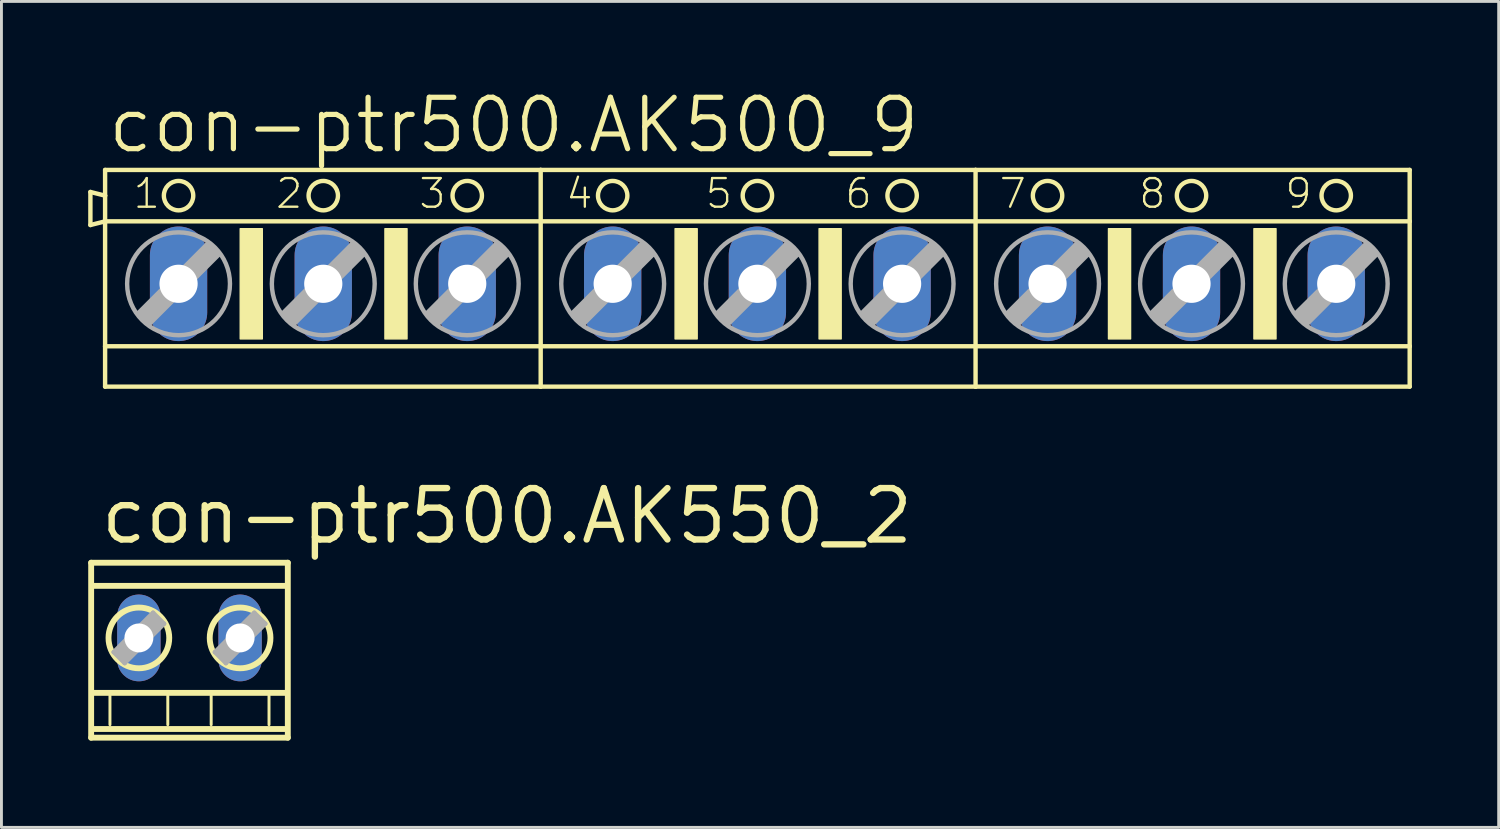
<source format=kicad_pcb>
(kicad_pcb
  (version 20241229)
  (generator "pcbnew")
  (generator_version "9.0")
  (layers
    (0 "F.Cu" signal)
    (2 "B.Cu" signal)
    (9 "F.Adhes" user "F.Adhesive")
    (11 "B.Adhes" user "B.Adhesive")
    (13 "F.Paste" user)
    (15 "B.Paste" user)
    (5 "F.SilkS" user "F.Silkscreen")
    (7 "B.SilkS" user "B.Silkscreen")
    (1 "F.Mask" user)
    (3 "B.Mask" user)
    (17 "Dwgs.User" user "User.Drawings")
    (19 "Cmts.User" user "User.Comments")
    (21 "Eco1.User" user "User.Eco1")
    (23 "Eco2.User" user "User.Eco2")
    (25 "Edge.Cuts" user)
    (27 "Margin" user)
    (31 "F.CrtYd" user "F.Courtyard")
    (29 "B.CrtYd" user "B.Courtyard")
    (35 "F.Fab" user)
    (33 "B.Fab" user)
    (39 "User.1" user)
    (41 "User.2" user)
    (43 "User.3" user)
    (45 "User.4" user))
  (footprint "con-ptr500.AK550_2"
    (layer "F.Cu")
    (at 3.502 19.008)
    (property "Reference" "con-ptr500.AK550_2" (at -3.175 -3.175 0) (layer "F.SilkS") (effects (font (size 1.778 1.778) (thickness 0.22)) (justify left bottom)))
    (attr through_hole)
    (fp_line (start -3.4 -2.6) (end 3.4 -2.6) (stroke (width 0.203) (type default)) (layer "F.SilkS"))
    (fp_line (start -3.4 3.45) (end -3.4 -2.6) (stroke (width 0.203) (type default)) (layer "F.SilkS"))
    (fp_line (start -3.3 3.15) (end 3.3 3.15) (stroke (width 0.203) (type default)) (layer "F.SilkS"))
    (fp_line (start -2.75 2) (end -2.75 3) (stroke (width 0.102) (type default)) (layer "F.SilkS"))
    (fp_line (start -0.75 2) (end -0.75 3) (stroke (width 0.102) (type default)) (layer "F.SilkS"))
    (fp_line (start 0.75 2) (end 0.75 3) (stroke (width 0.102) (type default)) (layer "F.SilkS"))
    (fp_line (start 2.75 2) (end 2.75 3) (stroke (width 0.102) (type default)) (layer "F.SilkS"))
    (fp_line (start 3.3 1.9) (end -3.3 1.9) (stroke (width 0.203) (type default)) (layer "F.SilkS"))
    (fp_line (start 3.35 -1.8) (end -3.3 -1.8) (stroke (width 0.203) (type default)) (layer "F.SilkS"))
    (fp_line (start 3.4 -2.6) (end 3.4 3.45) (stroke (width 0.203) (type default)) (layer "F.SilkS"))
    (fp_line (start 3.4 3.45) (end -3.4 3.45) (stroke (width 0.203) (type default)) (layer "F.SilkS"))
    (fp_circle (center -1.75 0) (end -0.7 0) (stroke (width 0.203) (type default)) (fill no) (layer "F.SilkS"))
    (fp_circle (center 1.75 0) (end 2.8 0) (stroke (width 0.203) (type default)) (fill no) (layer "F.SilkS"))
    (fp_line (start -2.241 0.872) (end -2.622 0.491) (stroke (width 0.152) (type default)) (layer "F.Fab"))
    (fp_line (start -1.259 -0.872) (end -2.622 0.491) (stroke (width 0.152) (type default)) (layer "F.Fab"))
    (fp_line (start -1.259 -0.491) (end -2.241 0.491) (stroke (width 0.61) (type default)) (layer "F.Fab"))
    (fp_line (start -0.878 -0.491) (end -2.241 0.872) (stroke (width 0.152) (type default)) (layer "F.Fab"))
    (fp_line (start -0.878 -0.491) (end -1.259 -0.872) (stroke (width 0.152) (type default)) (layer "F.Fab"))
    (fp_line (start 1.259 0.872) (end 0.878 0.491) (stroke (width 0.152) (type default)) (layer "F.Fab"))
    (fp_line (start 2.241 -0.872) (end 0.878 0.491) (stroke (width 0.152) (type default)) (layer "F.Fab"))
    (fp_line (start 2.241 -0.491) (end 1.259 0.491) (stroke (width 0.61) (type default)) (layer "F.Fab"))
    (fp_line (start 2.622 -0.491) (end 1.259 0.872) (stroke (width 0.152) (type default)) (layer "F.Fab"))
    (fp_line (start 2.622 -0.491) (end 2.241 -0.872) (stroke (width 0.152) (type default)) (layer "F.Fab"))
    (pad "1" thru_hole oval (at -1.75 0 90) (size 3 1.5) (drill 1) (layers "*.Cu" "*.Mask"))
    (pad "2" thru_hole oval (at 1.75 0 90) (size 3 1.5) (drill 1) (layers "*.Cu" "*.Mask")))
  (footprint "con-ptr500.AK500_9"
    (layer "F.Cu")
    (at 23.139 6.763)
    (property "Reference" "con-ptr500.AK500_9" (at -22.555 -4.445 0) (layer "F.SilkS") (effects (font (size 1.778 1.778) (thickness 0.18)) (justify left bottom)))
    (attr through_hole)
    (fp_line (start -23.063 -3.175) (end -23.063 -2.032) (stroke (width 0.152) (type default)) (layer "F.SilkS"))
    (fp_line (start -23.063 -2.032) (end -22.555 -2.159) (stroke (width 0.152) (type default)) (layer "F.SilkS"))
    (fp_line (start -22.555 -3.048) (end -23.063 -3.175) (stroke (width 0.152) (type default)) (layer "F.SilkS"))
    (fp_line (start -22.555 -3.048) (end -22.555 -3.937) (stroke (width 0.152) (type default)) (layer "F.SilkS"))
    (fp_line (start -22.555 -2.159) (end -22.555 -3.048) (stroke (width 0.152) (type default)) (layer "F.SilkS"))
    (fp_line (start -22.555 -2.159) (end -7.493 -2.159) (stroke (width 0.152) (type default)) (layer "F.SilkS"))
    (fp_line (start -22.555 2.159) (end -22.555 -2.159) (stroke (width 0.152) (type default)) (layer "F.SilkS"))
    (fp_line (start -22.555 2.159) (end -7.493 2.159) (stroke (width 0.152) (type default)) (layer "F.SilkS"))
    (fp_line (start -22.555 3.556) (end -22.555 2.159) (stroke (width 0.152) (type default)) (layer "F.SilkS"))
    (fp_line (start -22.555 3.556) (end -7.493 3.556) (stroke (width 0.152) (type default)) (layer "F.SilkS"))
    (fp_line (start -7.493 -3.937) (end -22.555 -3.937) (stroke (width 0.152) (type default)) (layer "F.SilkS"))
    (fp_line (start -7.493 -2.159) (end -7.493 -3.937) (stroke (width 0.152) (type default)) (layer "F.SilkS"))
    (fp_line (start -7.493 -2.159) (end 7.544 -2.159) (stroke (width 0.152) (type default)) (layer "F.SilkS"))
    (fp_line (start -7.493 2.159) (end -7.493 -2.159) (stroke (width 0.152) (type default)) (layer "F.SilkS"))
    (fp_line (start -7.493 2.159) (end 7.544 2.159) (stroke (width 0.152) (type default)) (layer "F.SilkS"))
    (fp_line (start -7.493 3.556) (end -7.493 2.159) (stroke (width 0.152) (type default)) (layer "F.SilkS"))
    (fp_line (start -7.493 3.556) (end 7.544 3.556) (stroke (width 0.152) (type default)) (layer "F.SilkS"))
    (fp_line (start 7.544 -3.937) (end -7.493 -3.937) (stroke (width 0.152) (type default)) (layer "F.SilkS"))
    (fp_line (start 7.544 -2.159) (end 7.544 -3.937) (stroke (width 0.152) (type default)) (layer "F.SilkS"))
    (fp_line (start 7.544 -2.159) (end 22.555 -2.159) (stroke (width 0.152) (type default)) (layer "F.SilkS"))
    (fp_line (start 7.544 2.159) (end 7.544 -2.159) (stroke (width 0.152) (type default)) (layer "F.SilkS"))
    (fp_line (start 7.544 2.159) (end 22.555 2.159) (stroke (width 0.152) (type default)) (layer "F.SilkS"))
    (fp_line (start 7.544 3.556) (end 7.544 2.159) (stroke (width 0.152) (type default)) (layer "F.SilkS"))
    (fp_line (start 7.544 3.556) (end 22.555 3.556) (stroke (width 0.152) (type default)) (layer "F.SilkS"))
    (fp_line (start 22.555 -3.937) (end 7.544 -3.937) (stroke (width 0.152) (type default)) (layer "F.SilkS"))
    (fp_line (start 22.555 -3.937) (end 22.555 -2.159) (stroke (width 0.152) (type default)) (layer "F.SilkS"))
    (fp_line (start 22.555 -2.159) (end 22.555 2.159) (stroke (width 0.152) (type default)) (layer "F.SilkS"))
    (fp_line (start 22.555 2.159) (end 22.555 3.556) (stroke (width 0.152) (type default)) (layer "F.SilkS"))
    (fp_rect (start -17.882 1.905) (end -17.12 -1.905) (stroke (width 0.05) (type default)) (fill yes) (layer "F.SilkS"))
    (fp_rect (start -12.878 1.905) (end -12.116 -1.905) (stroke (width 0.05) (type default)) (fill yes) (layer "F.SilkS"))
    (fp_rect (start -2.845 1.905) (end -2.083 -1.905) (stroke (width 0.05) (type default)) (fill yes) (layer "F.SilkS"))
    (fp_rect (start 2.134 1.905) (end 2.896 -1.905) (stroke (width 0.05) (type default)) (fill yes) (layer "F.SilkS"))
    (fp_rect (start 12.141 1.905) (end 12.903 -1.905) (stroke (width 0.05) (type default)) (fill yes) (layer "F.SilkS"))
    (fp_rect (start 17.17 1.905) (end 17.932 -1.905) (stroke (width 0.05) (type default)) (fill yes) (layer "F.SilkS"))
    (fp_circle (center -20.015 -3.048) (end -19.507 -3.048) (stroke (width 0.152) (type default)) (fill no) (layer "F.SilkS"))
    (fp_circle (center -15.011 -3.048) (end -14.503 -3.048) (stroke (width 0.152) (type default)) (fill no) (layer "F.SilkS"))
    (fp_circle (center -10.033 -3.048) (end -9.525 -3.048) (stroke (width 0.152) (type default)) (fill no) (layer "F.SilkS"))
    (fp_circle (center -5.004 -3.048) (end -4.496 -3.048) (stroke (width 0.152) (type default)) (fill no) (layer "F.SilkS"))
    (fp_circle (center 0 -3.048) (end 0.508 -3.048) (stroke (width 0.152) (type default)) (fill no) (layer "F.SilkS"))
    (fp_circle (center 5.004 -3.048) (end 5.512 -3.048) (stroke (width 0.152) (type default)) (fill no) (layer "F.SilkS"))
    (fp_circle (center 10.033 -3.048) (end 10.541 -3.048) (stroke (width 0.152) (type default)) (fill no) (layer "F.SilkS"))
    (fp_circle (center 15.011 -3.048) (end 15.519 -3.048) (stroke (width 0.152) (type default)) (fill no) (layer "F.SilkS"))
    (fp_circle (center 20.015 -3.048) (end 20.523 -3.048) (stroke (width 0.152) (type default)) (fill no) (layer "F.SilkS"))
    (fp_line (start -21.412 1.016) (end -21.031 1.397) (stroke (width 0.152) (type default)) (layer "F.Fab"))
    (fp_line (start -21.412 1.016) (end -18.999 -1.397) (stroke (width 0.152) (type default)) (layer "F.Fab"))
    (fp_line (start -21.031 1.016) (end -18.999 -1.016) (stroke (width 0.61) (type default)) (layer "F.Fab"))
    (fp_line (start -21.031 1.397) (end -18.618 -1.016) (stroke (width 0.152) (type default)) (layer "F.Fab"))
    (fp_line (start -18.999 -1.397) (end -18.618 -1.016) (stroke (width 0.152) (type default)) (layer "F.Fab"))
    (fp_line (start -16.408 1.016) (end -16.027 1.397) (stroke (width 0.152) (type default)) (layer "F.Fab"))
    (fp_line (start -16.408 1.016) (end -13.995 -1.397) (stroke (width 0.152) (type default)) (layer "F.Fab"))
    (fp_line (start -16.027 1.016) (end -13.995 -1.016) (stroke (width 0.61) (type default)) (layer "F.Fab"))
    (fp_line (start -16.027 1.397) (end -13.614 -1.016) (stroke (width 0.152) (type default)) (layer "F.Fab"))
    (fp_line (start -13.995 -1.397) (end -13.614 -1.016) (stroke (width 0.152) (type default)) (layer "F.Fab"))
    (fp_line (start -11.43 1.016) (end -11.049 1.397) (stroke (width 0.152) (type default)) (layer "F.Fab"))
    (fp_line (start -11.43 1.016) (end -9.017 -1.397) (stroke (width 0.152) (type default)) (layer "F.Fab"))
    (fp_line (start -11.049 1.016) (end -9.017 -1.016) (stroke (width 0.61) (type default)) (layer "F.Fab"))
    (fp_line (start -11.049 1.397) (end -8.636 -1.016) (stroke (width 0.152) (type default)) (layer "F.Fab"))
    (fp_line (start -9.017 -1.397) (end -8.636 -1.016) (stroke (width 0.152) (type default)) (layer "F.Fab"))
    (fp_line (start -6.401 1.016) (end -6.02 1.397) (stroke (width 0.152) (type default)) (layer "F.Fab"))
    (fp_line (start -6.401 1.016) (end -3.988 -1.397) (stroke (width 0.152) (type default)) (layer "F.Fab"))
    (fp_line (start -6.02 1.016) (end -3.988 -1.016) (stroke (width 0.61) (type default)) (layer "F.Fab"))
    (fp_line (start -6.02 1.397) (end -3.607 -1.016) (stroke (width 0.152) (type default)) (layer "F.Fab"))
    (fp_line (start -3.988 -1.397) (end -3.607 -1.016) (stroke (width 0.152) (type default)) (layer "F.Fab"))
    (fp_line (start -1.397 1.016) (end -1.016 1.397) (stroke (width 0.152) (type default)) (layer "F.Fab"))
    (fp_line (start -1.397 1.016) (end 1.016 -1.397) (stroke (width 0.152) (type default)) (layer "F.Fab"))
    (fp_line (start -1.016 1.016) (end 1.016 -1.016) (stroke (width 0.61) (type default)) (layer "F.Fab"))
    (fp_line (start -1.016 1.397) (end 1.397 -1.016) (stroke (width 0.152) (type default)) (layer "F.Fab"))
    (fp_line (start 1.016 -1.397) (end 1.397 -1.016) (stroke (width 0.152) (type default)) (layer "F.Fab"))
    (fp_line (start 3.607 1.016) (end 3.988 1.397) (stroke (width 0.152) (type default)) (layer "F.Fab"))
    (fp_line (start 3.607 1.016) (end 6.02 -1.397) (stroke (width 0.152) (type default)) (layer "F.Fab"))
    (fp_line (start 3.988 1.016) (end 6.02 -1.016) (stroke (width 0.61) (type default)) (layer "F.Fab"))
    (fp_line (start 3.988 1.397) (end 6.401 -1.016) (stroke (width 0.152) (type default)) (layer "F.Fab"))
    (fp_line (start 6.02 -1.397) (end 6.401 -1.016) (stroke (width 0.152) (type default)) (layer "F.Fab"))
    (fp_line (start 8.636 1.016) (end 9.017 1.397) (stroke (width 0.152) (type default)) (layer "F.Fab"))
    (fp_line (start 8.636 1.016) (end 11.049 -1.397) (stroke (width 0.152) (type default)) (layer "F.Fab"))
    (fp_line (start 9.017 1.016) (end 11.049 -1.016) (stroke (width 0.61) (type default)) (layer "F.Fab"))
    (fp_line (start 9.017 1.397) (end 11.43 -1.016) (stroke (width 0.152) (type default)) (layer "F.Fab"))
    (fp_line (start 11.049 -1.397) (end 11.43 -1.016) (stroke (width 0.152) (type default)) (layer "F.Fab"))
    (fp_line (start 13.614 1.016) (end 13.995 1.397) (stroke (width 0.152) (type default)) (layer "F.Fab"))
    (fp_line (start 13.614 1.016) (end 16.027 -1.397) (stroke (width 0.152) (type default)) (layer "F.Fab"))
    (fp_line (start 13.995 1.016) (end 16.027 -1.016) (stroke (width 0.61) (type default)) (layer "F.Fab"))
    (fp_line (start 13.995 1.397) (end 16.408 -1.016) (stroke (width 0.152) (type default)) (layer "F.Fab"))
    (fp_line (start 16.027 -1.397) (end 16.408 -1.016) (stroke (width 0.152) (type default)) (layer "F.Fab"))
    (fp_line (start 18.618 1.016) (end 18.999 1.397) (stroke (width 0.152) (type default)) (layer "F.Fab"))
    (fp_line (start 18.618 1.016) (end 21.057 -1.397) (stroke (width 0.152) (type default)) (layer "F.Fab"))
    (fp_line (start 18.999 1.016) (end 21.031 -1.016) (stroke (width 0.61) (type default)) (layer "F.Fab"))
    (fp_line (start 18.999 1.397) (end 21.412 -1.016) (stroke (width 0.152) (type default)) (layer "F.Fab"))
    (fp_line (start 21.057 -1.397) (end 21.412 -1.016) (stroke (width 0.152) (type default)) (layer "F.Fab"))
    (fp_circle (center -20.015 0) (end -18.237 0) (stroke (width 0.152) (type default)) (fill no) (layer "F.Fab"))
    (fp_circle (center -15.011 0) (end -13.233 0) (stroke (width 0.152) (type default)) (fill no) (layer "F.Fab"))
    (fp_circle (center -10.033 0) (end -8.255 0) (stroke (width 0.152) (type default)) (fill no) (layer "F.Fab"))
    (fp_circle (center -5.004 0) (end -3.226 0) (stroke (width 0.152) (type default)) (fill no) (layer "F.Fab"))
    (fp_circle (center 0 0) (end 1.778 0) (stroke (width 0.152) (type default)) (fill no) (layer "F.Fab"))
    (fp_circle (center 5.004 0) (end 6.782 0) (stroke (width 0.152) (type default)) (fill no) (layer "F.Fab"))
    (fp_circle (center 10.033 0) (end 11.811 0) (stroke (width 0.152) (type default)) (fill no) (layer "F.Fab"))
    (fp_circle (center 15.011 0) (end 16.789 0) (stroke (width 0.152) (type default)) (fill no) (layer "F.Fab"))
    (fp_circle (center 20.015 0) (end 21.793 0) (stroke (width 0.152) (type default)) (fill no) (layer "F.Fab"))
    (fp_text user "4" (at -6.68 -2.54 0) (layer "F.SilkS") (effects (font (size 0.991 0.991) (thickness 0.08)) (justify left bottom)))
    (fp_text user "1" (at -21.641 -2.54 0) (layer "F.SilkS") (effects (font (size 0.991 0.991) (thickness 0.08)) (justify left bottom)))
    (fp_text user "5" (at -1.854 -2.54 0) (layer "F.SilkS") (effects (font (size 0.991 0.991) (thickness 0.08)) (justify left bottom)))
    (fp_text user "9" (at 18.186 -2.54 0) (layer "F.SilkS") (effects (font (size 0.991 0.991) (thickness 0.08)) (justify left bottom)))
    (fp_text user "8" (at 13.132 -2.54 0) (layer "F.SilkS") (effects (font (size 0.991 0.991) (thickness 0.08)) (justify left bottom)))
    (fp_text user "6" (at 2.972 -2.54 0) (layer "F.SilkS") (effects (font (size 0.991 0.991) (thickness 0.08)) (justify left bottom)))
    (fp_text user "3" (at -11.76 -2.54 0) (layer "F.SilkS") (effects (font (size 0.991 0.991) (thickness 0.08)) (justify left bottom)))
    (fp_text user "7" (at 8.306 -2.54 0) (layer "F.SilkS") (effects (font (size 0.991 0.991) (thickness 0.08)) (justify left bottom)))
    (fp_text user "2" (at -16.713 -2.54 0) (layer "F.SilkS") (effects (font (size 0.991 0.991) (thickness 0.08)) (justify left bottom)))
    (pad "1" thru_hole oval (at -20.015 0 90) (size 3.962 1.981) (drill 1.321) (layers "*.Cu" "*.Mask"))
    (pad "2" thru_hole oval (at -15.011 0 90) (size 3.962 1.981) (drill 1.321) (layers "*.Cu" "*.Mask"))
    (pad "3" thru_hole oval (at -10.033 0 90) (size 3.962 1.981) (drill 1.321) (layers "*.Cu" "*.Mask"))
    (pad "4" thru_hole oval (at -5.004 0 90) (size 3.962 1.981) (drill 1.321) (layers "*.Cu" "*.Mask"))
    (pad "5" thru_hole oval (at 0 0 90) (size 3.962 1.981) (drill 1.321) (layers "*.Cu" "*.Mask"))
    (pad "6" thru_hole oval (at 5.004 0 90) (size 3.962 1.981) (drill 1.321) (layers "*.Cu" "*.Mask"))
    (pad "7" thru_hole oval (at 10.033 0 90) (size 3.962 1.981) (drill 1.321) (layers "*.Cu" "*.Mask"))
    (pad "8" thru_hole oval (at 15.011 0 90) (size 3.962 1.981) (drill 1.321) (layers "*.Cu" "*.Mask"))
    (pad "9" thru_hole oval (at 20.015 0 90) (size 3.962 1.981) (drill 1.321) (layers "*.Cu" "*.Mask")))
  (gr_rect
    (start -3 -3)
    (end 48.771 25.56)
    (stroke (width 0.1) (type default))
    (fill no)
    (layer "Edge.Cuts")))
</source>
